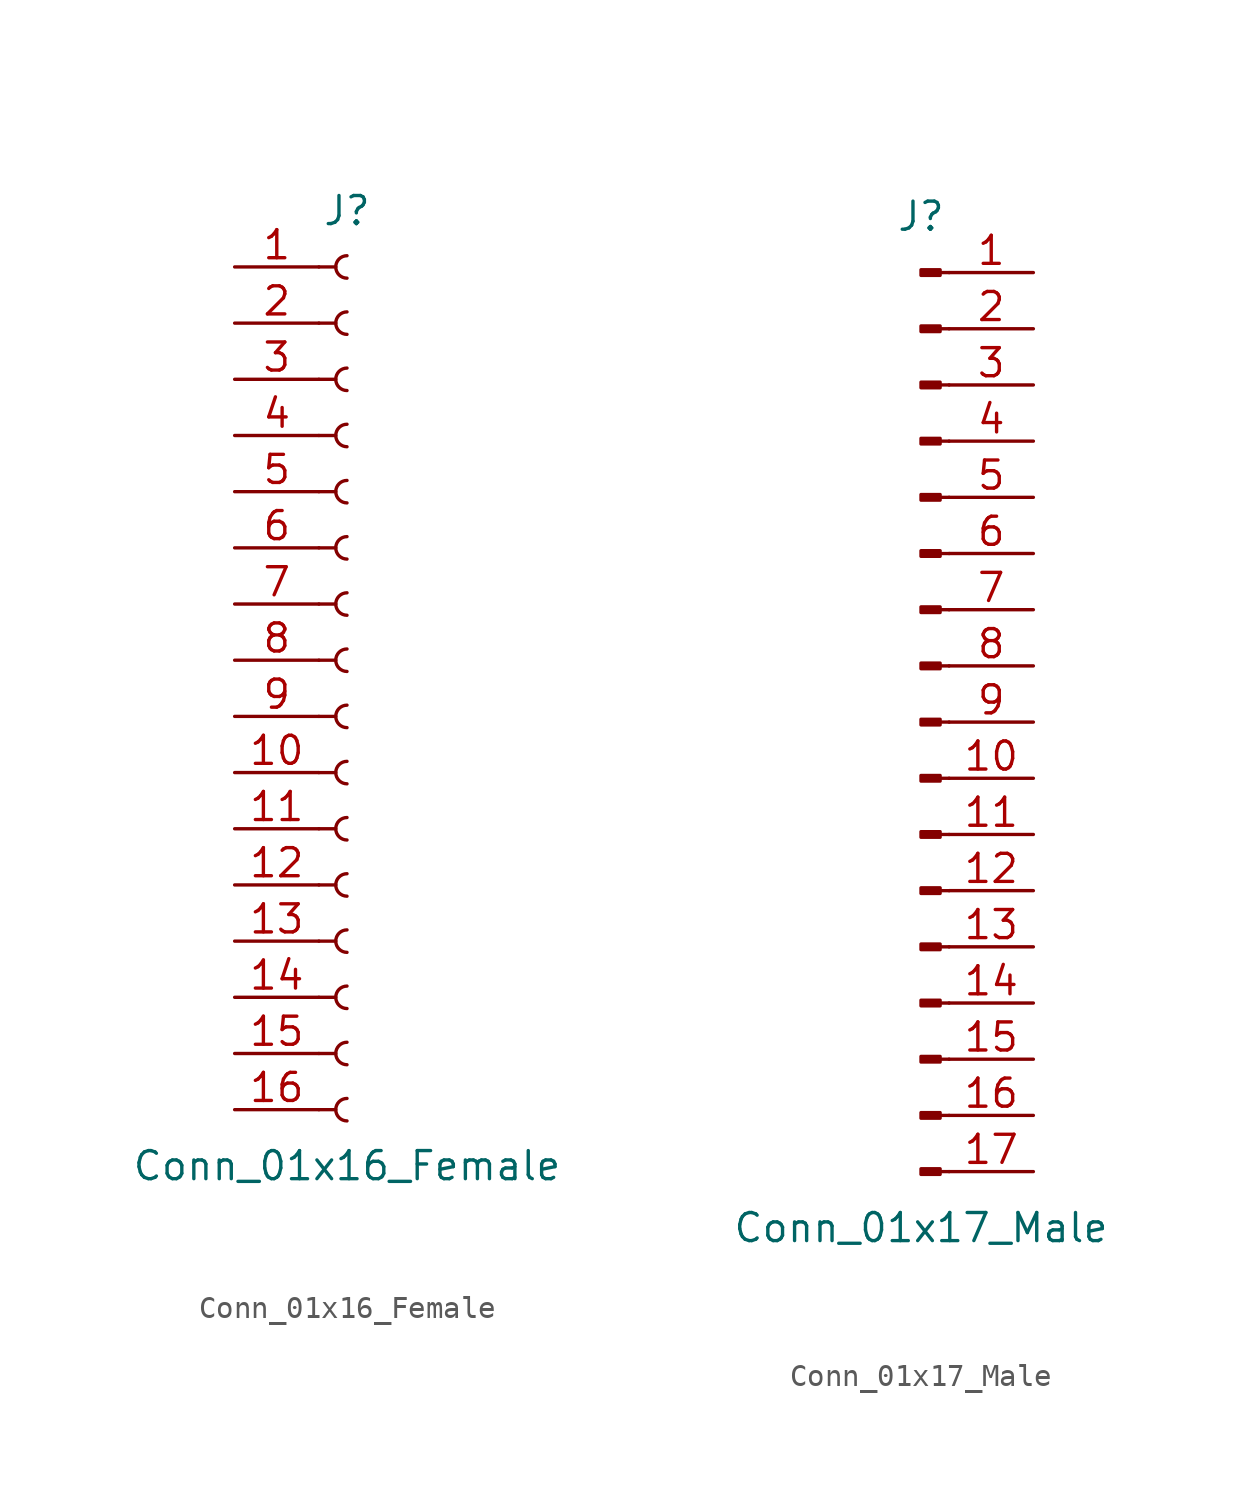
<source format=kicad_sym>
(kicad_symbol_lib
  (version 20220914)
  (generator kicad_symbol_editor)
  (symbol "Conn_01x16_Female"
    (pin_names
      (offset 1.016) hide)
    (property "Reference" "J"
      (at 0 20.32 0)
      (effects (font (size 1.27 1.27))))
    (property "Value" "Conn_01x16_Female"
      (at 0 -22.86 0)
      (effects (font (size 1.27 1.27))))
    (symbol "Conn_01x16_Female_1_1"
      (arc (start 0 -19.812) (mid -0.5058 -20.32) (end 0 -20.828) (stroke (width 0.1524) (type default)) (fill (type none)))
      (arc (start 0 -17.272) (mid -0.5058 -17.78) (end 0 -18.288) (stroke (width 0.1524) (type default)) (fill (type none)))
      (arc (start 0 -14.732) (mid -0.5058 -15.24) (end 0 -15.748) (stroke (width 0.1524) (type default)) (fill (type none)))
      (arc (start 0 -12.192) (mid -0.5058 -12.7) (end 0 -13.208) (stroke (width 0.1524) (type default)) (fill (type none)))
      (arc (start 0 -9.652) (mid -0.5058 -10.16) (end 0 -10.668) (stroke (width 0.1524) (type default)) (fill (type none)))
      (arc (start 0 -7.112) (mid -0.5058 -7.62) (end 0 -8.128) (stroke (width 0.1524) (type default)) (fill (type none)))
      (arc (start 0 -4.572) (mid -0.5058 -5.08) (end 0 -5.588) (stroke (width 0.1524) (type default)) (fill (type none)))
      (arc (start 0 -2.032) (mid -0.5058 -2.54) (end 0 -3.048) (stroke (width 0.1524) (type default)) (fill (type none)))
      (polyline (pts (xy -1.27 -20.32) (xy -0.508 -20.32)) (stroke (width 0.152) (type default)) (fill (type none)))
      (polyline (pts (xy -1.27 -17.78) (xy -0.508 -17.78)) (stroke (width 0.152) (type default)) (fill (type none)))
      (polyline (pts (xy -1.27 -15.24) (xy -0.508 -15.24)) (stroke (width 0.152) (type default)) (fill (type none)))
      (polyline (pts (xy -1.27 -12.7) (xy -0.508 -12.7)) (stroke (width 0.152) (type default)) (fill (type none)))
      (polyline (pts (xy -1.27 -10.16) (xy -0.508 -10.16)) (stroke (width 0.152) (type default)) (fill (type none)))
      (polyline (pts (xy -1.27 -7.62) (xy -0.508 -7.62)) (stroke (width 0.152) (type default)) (fill (type none)))
      (polyline (pts (xy -1.27 -5.08) (xy -0.508 -5.08)) (stroke (width 0.152) (type default)) (fill (type none)))
      (polyline (pts (xy -1.27 -2.54) (xy -0.508 -2.54)) (stroke (width 0.152) (type default)) (fill (type none)))
      (polyline (pts (xy -1.27 0) (xy -0.508 0)) (stroke (width 0.152) (type default)) (fill (type none)))
      (polyline (pts (xy -1.27 2.54) (xy -0.508 2.54)) (stroke (width 0.152) (type default)) (fill (type none)))
      (polyline (pts (xy -1.27 5.08) (xy -0.508 5.08)) (stroke (width 0.152) (type default)) (fill (type none)))
      (polyline (pts (xy -1.27 7.62) (xy -0.508 7.62)) (stroke (width 0.152) (type default)) (fill (type none)))
      (polyline (pts (xy -1.27 10.16) (xy -0.508 10.16)) (stroke (width 0.152) (type default)) (fill (type none)))
      (polyline (pts (xy -1.27 12.7) (xy -0.508 12.7)) (stroke (width 0.152) (type default)) (fill (type none)))
      (polyline (pts (xy -1.27 15.24) (xy -0.508 15.24)) (stroke (width 0.152) (type default)) (fill (type none)))
      (polyline (pts (xy -1.27 17.78) (xy -0.508 17.78)) (stroke (width 0.152) (type default)) (fill (type none)))
      (arc (start 0 0.508) (mid -0.5058 0) (end 0 -0.508) (stroke (width 0.1524) (type default)) (fill (type none)))
      (arc (start 0 3.048) (mid -0.5058 2.54) (end 0 2.032) (stroke (width 0.1524) (type default)) (fill (type none)))
      (arc (start 0 5.588) (mid -0.5058 5.08) (end 0 4.572) (stroke (width 0.1524) (type default)) (fill (type none)))
      (arc (start 0 8.128) (mid -0.5058 7.62) (end 0 7.112) (stroke (width 0.1524) (type default)) (fill (type none)))
      (arc (start 0 10.668) (mid -0.5058 10.16) (end 0 9.652) (stroke (width 0.1524) (type default)) (fill (type none)))
      (arc (start 0 13.208) (mid -0.5058 12.7) (end 0 12.192) (stroke (width 0.1524) (type default)) (fill (type none)))
      (arc (start 0 15.748) (mid -0.5058 15.24) (end 0 14.732) (stroke (width 0.1524) (type default)) (fill (type none)))
      (arc (start 0 18.288) (mid -0.5058 17.78) (end 0 17.272) (stroke (width 0.1524) (type default)) (fill (type none)))
      (pin passive line (at -5.08 17.78 0) (length 3.81) (name "Pin_1" (effects (font (size 1.27 1.27)))) (number "1" (effects (font (size 1.27 1.27)))))
      (pin passive line (at -5.08 -5.08 0) (length 3.81) (name "Pin_10" (effects (font (size 1.27 1.27)))) (number "10" (effects (font (size 1.27 1.27)))))
      (pin passive line (at -5.08 -7.62 0) (length 3.81) (name "Pin_11" (effects (font (size 1.27 1.27)))) (number "11" (effects (font (size 1.27 1.27)))))
      (pin passive line (at -5.08 -10.16 0) (length 3.81) (name "Pin_12" (effects (font (size 1.27 1.27)))) (number "12" (effects (font (size 1.27 1.27)))))
      (pin passive line (at -5.08 -12.7 0) (length 3.81) (name "Pin_13" (effects (font (size 1.27 1.27)))) (number "13" (effects (font (size 1.27 1.27)))))
      (pin passive line (at -5.08 -15.24 0) (length 3.81) (name "Pin_14" (effects (font (size 1.27 1.27)))) (number "14" (effects (font (size 1.27 1.27)))))
      (pin passive line (at -5.08 -17.78 0) (length 3.81) (name "Pin_15" (effects (font (size 1.27 1.27)))) (number "15" (effects (font (size 1.27 1.27)))))
      (pin passive line (at -5.08 -20.32 0) (length 3.81) (name "Pin_16" (effects (font (size 1.27 1.27)))) (number "16" (effects (font (size 1.27 1.27)))))
      (pin passive line (at -5.08 15.24 0) (length 3.81) (name "Pin_2" (effects (font (size 1.27 1.27)))) (number "2" (effects (font (size 1.27 1.27)))))
      (pin passive line (at -5.08 12.7 0) (length 3.81) (name "Pin_3" (effects (font (size 1.27 1.27)))) (number "3" (effects (font (size 1.27 1.27)))))
      (pin passive line (at -5.08 10.16 0) (length 3.81) (name "Pin_4" (effects (font (size 1.27 1.27)))) (number "4" (effects (font (size 1.27 1.27)))))
      (pin passive line (at -5.08 7.62 0) (length 3.81) (name "Pin_5" (effects (font (size 1.27 1.27)))) (number "5" (effects (font (size 1.27 1.27)))))
      (pin passive line (at -5.08 5.08 0) (length 3.81) (name "Pin_6" (effects (font (size 1.27 1.27)))) (number "6" (effects (font (size 1.27 1.27)))))
      (pin passive line (at -5.08 2.54 0) (length 3.81) (name "Pin_7" (effects (font (size 1.27 1.27)))) (number "7" (effects (font (size 1.27 1.27)))))
      (pin passive line (at -5.08 0 0) (length 3.81) (name "Pin_8" (effects (font (size 1.27 1.27)))) (number "8" (effects (font (size 1.27 1.27)))))
      (pin passive line (at -5.08 -2.54 0) (length 3.81) (name "Pin_9" (effects (font (size 1.27 1.27)))) (number "9" (effects (font (size 1.27 1.27)))))))
  (symbol "Conn_01x17_Male"
    (pin_names
      (offset 1.016) hide)
    (property "Reference" "J"
      (at 0 22.86 0)
      (effects (font (size 1.27 1.27))))
    (property "Value" "Conn_01x17_Male"
      (at 0 -22.86 0)
      (effects (font (size 1.27 1.27))))
    (symbol "Conn_01x17_Male_1_1"
      (polyline (pts (xy 1.27 -20.32) (xy 0.864 -20.32)) (stroke (width 0.152) (type default)) (fill (type none)))
      (polyline (pts (xy 1.27 -17.78) (xy 0.864 -17.78)) (stroke (width 0.152) (type default)) (fill (type none)))
      (polyline (pts (xy 1.27 -15.24) (xy 0.864 -15.24)) (stroke (width 0.152) (type default)) (fill (type none)))
      (polyline (pts (xy 1.27 -12.7) (xy 0.864 -12.7)) (stroke (width 0.152) (type default)) (fill (type none)))
      (polyline (pts (xy 1.27 -10.16) (xy 0.864 -10.16)) (stroke (width 0.152) (type default)) (fill (type none)))
      (polyline (pts (xy 1.27 -7.62) (xy 0.864 -7.62)) (stroke (width 0.152) (type default)) (fill (type none)))
      (polyline (pts (xy 1.27 -5.08) (xy 0.864 -5.08)) (stroke (width 0.152) (type default)) (fill (type none)))
      (polyline (pts (xy 1.27 -2.54) (xy 0.864 -2.54)) (stroke (width 0.152) (type default)) (fill (type none)))
      (polyline (pts (xy 1.27 0) (xy 0.864 0)) (stroke (width 0.152) (type default)) (fill (type none)))
      (polyline (pts (xy 1.27 2.54) (xy 0.864 2.54)) (stroke (width 0.152) (type default)) (fill (type none)))
      (polyline (pts (xy 1.27 5.08) (xy 0.864 5.08)) (stroke (width 0.152) (type default)) (fill (type none)))
      (polyline (pts (xy 1.27 7.62) (xy 0.864 7.62)) (stroke (width 0.152) (type default)) (fill (type none)))
      (polyline (pts (xy 1.27 10.16) (xy 0.864 10.16)) (stroke (width 0.152) (type default)) (fill (type none)))
      (polyline (pts (xy 1.27 12.7) (xy 0.864 12.7)) (stroke (width 0.152) (type default)) (fill (type none)))
      (polyline (pts (xy 1.27 15.24) (xy 0.864 15.24)) (stroke (width 0.152) (type default)) (fill (type none)))
      (polyline (pts (xy 1.27 17.78) (xy 0.864 17.78)) (stroke (width 0.152) (type default)) (fill (type none)))
      (polyline (pts (xy 1.27 20.32) (xy 0.864 20.32)) (stroke (width 0.152) (type default)) (fill (type none)))
      (rectangle (start 0.864 -20.193) (end 0 -20.447) (stroke (width 0.152) (type default)) (fill (type outline)))
      (rectangle (start 0.864 -17.653) (end 0 -17.907) (stroke (width 0.152) (type default)) (fill (type outline)))
      (rectangle (start 0.864 -15.113) (end 0 -15.367) (stroke (width 0.152) (type default)) (fill (type outline)))
      (rectangle (start 0.864 -12.573) (end 0 -12.827) (stroke (width 0.152) (type default)) (fill (type outline)))
      (rectangle (start 0.864 -10.033) (end 0 -10.287) (stroke (width 0.152) (type default)) (fill (type outline)))
      (rectangle (start 0.864 -7.493) (end 0 -7.747) (stroke (width 0.152) (type default)) (fill (type outline)))
      (rectangle (start 0.864 -4.953) (end 0 -5.207) (stroke (width 0.152) (type default)) (fill (type outline)))
      (rectangle (start 0.864 -2.413) (end 0 -2.667) (stroke (width 0.152) (type default)) (fill (type outline)))
      (rectangle (start 0.864 0.127) (end 0 -0.127) (stroke (width 0.152) (type default)) (fill (type outline)))
      (rectangle (start 0.864 2.667) (end 0 2.413) (stroke (width 0.152) (type default)) (fill (type outline)))
      (rectangle (start 0.864 5.207) (end 0 4.953) (stroke (width 0.152) (type default)) (fill (type outline)))
      (rectangle (start 0.864 7.747) (end 0 7.493) (stroke (width 0.152) (type default)) (fill (type outline)))
      (rectangle (start 0.864 10.287) (end 0 10.033) (stroke (width 0.152) (type default)) (fill (type outline)))
      (rectangle (start 0.864 12.827) (end 0 12.573) (stroke (width 0.152) (type default)) (fill (type outline)))
      (rectangle (start 0.864 15.367) (end 0 15.113) (stroke (width 0.152) (type default)) (fill (type outline)))
      (rectangle (start 0.864 17.907) (end 0 17.653) (stroke (width 0.152) (type default)) (fill (type outline)))
      (rectangle (start 0.864 20.447) (end 0 20.193) (stroke (width 0.152) (type default)) (fill (type outline)))
      (pin passive line (at 5.08 20.32 180) (length 3.81) (name "Pin_1" (effects (font (size 1.27 1.27)))) (number "1" (effects (font (size 1.27 1.27)))))
      (pin passive line (at 5.08 -2.54 180) (length 3.81) (name "Pin_10" (effects (font (size 1.27 1.27)))) (number "10" (effects (font (size 1.27 1.27)))))
      (pin passive line (at 5.08 -5.08 180) (length 3.81) (name "Pin_11" (effects (font (size 1.27 1.27)))) (number "11" (effects (font (size 1.27 1.27)))))
      (pin passive line (at 5.08 -7.62 180) (length 3.81) (name "Pin_12" (effects (font (size 1.27 1.27)))) (number "12" (effects (font (size 1.27 1.27)))))
      (pin passive line (at 5.08 -10.16 180) (length 3.81) (name "Pin_13" (effects (font (size 1.27 1.27)))) (number "13" (effects (font (size 1.27 1.27)))))
      (pin passive line (at 5.08 -12.7 180) (length 3.81) (name "Pin_14" (effects (font (size 1.27 1.27)))) (number "14" (effects (font (size 1.27 1.27)))))
      (pin passive line (at 5.08 -15.24 180) (length 3.81) (name "Pin_15" (effects (font (size 1.27 1.27)))) (number "15" (effects (font (size 1.27 1.27)))))
      (pin passive line (at 5.08 -17.78 180) (length 3.81) (name "Pin_16" (effects (font (size 1.27 1.27)))) (number "16" (effects (font (size 1.27 1.27)))))
      (pin passive line (at 5.08 -20.32 180) (length 3.81) (name "Pin_17" (effects (font (size 1.27 1.27)))) (number "17" (effects (font (size 1.27 1.27)))))
      (pin passive line (at 5.08 17.78 180) (length 3.81) (name "Pin_2" (effects (font (size 1.27 1.27)))) (number "2" (effects (font (size 1.27 1.27)))))
      (pin passive line (at 5.08 15.24 180) (length 3.81) (name "Pin_3" (effects (font (size 1.27 1.27)))) (number "3" (effects (font (size 1.27 1.27)))))
      (pin passive line (at 5.08 12.7 180) (length 3.81) (name "Pin_4" (effects (font (size 1.27 1.27)))) (number "4" (effects (font (size 1.27 1.27)))))
      (pin passive line (at 5.08 10.16 180) (length 3.81) (name "Pin_5" (effects (font (size 1.27 1.27)))) (number "5" (effects (font (size 1.27 1.27)))))
      (pin passive line (at 5.08 7.62 180) (length 3.81) (name "Pin_6" (effects (font (size 1.27 1.27)))) (number "6" (effects (font (size 1.27 1.27)))))
      (pin passive line (at 5.08 5.08 180) (length 3.81) (name "Pin_7" (effects (font (size 1.27 1.27)))) (number "7" (effects (font (size 1.27 1.27)))))
      (pin passive line (at 5.08 2.54 180) (length 3.81) (name "Pin_8" (effects (font (size 1.27 1.27)))) (number "8" (effects (font (size 1.27 1.27)))))
      (pin passive line (at 5.08 0 180) (length 3.81) (name "Pin_9" (effects (font (size 1.27 1.27)))) (number "9" (effects (font (size 1.27 1.27))))))))
</source>
